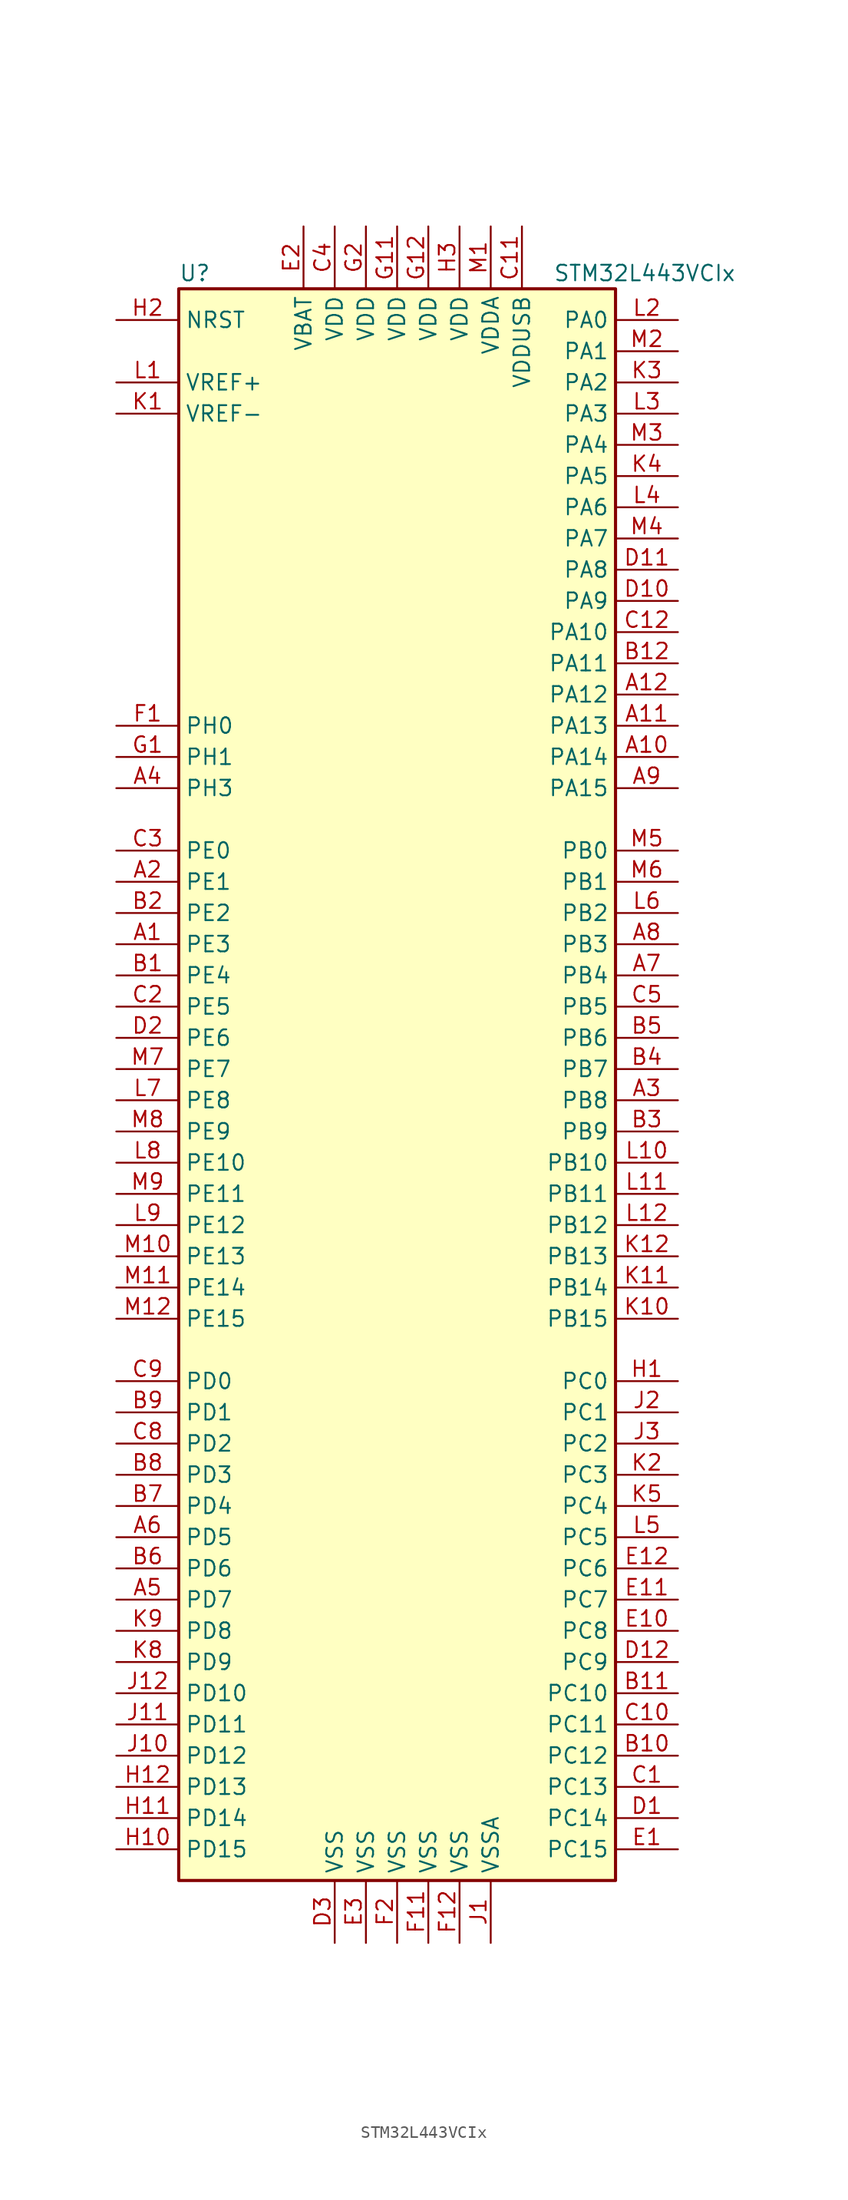
<source format=kicad_sym>
(kicad_symbol_lib
  (version 20201005)
  (generator kicad_symbol_editor)
  (symbol "STM32L443VCIx"
    (property "Reference" "U"
      (at -17.78 64.77 0)
      (effects (font (size 1.27 1.27)) (justify left)))
    (property "Value" "STM32L443VCIx"
      (at 12.7 64.77 0)
      (effects (font (size 1.27 1.27)) (justify left)))
    (symbol "STM32L443VCIx_0_1"
      (rectangle (start -17.78 -66.04) (end 17.78 63.5) (stroke (width 0.254)) (fill (type background))))
    (symbol "STM32L443VCIx_1_1"
      (pin bidirectional line (at -22.86 10.16 0) (length 5.08) (name "PE3" (effects (font (size 1.27 1.27)))) (number "A1" (effects (font (size 1.27 1.27)))))
      (pin bidirectional line (at 22.86 25.4 180) (length 5.08) (name "PA14" (effects (font (size 1.27 1.27)))) (number "A10" (effects (font (size 1.27 1.27)))))
      (pin bidirectional line (at 22.86 27.94 180) (length 5.08) (name "PA13" (effects (font (size 1.27 1.27)))) (number "A11" (effects (font (size 1.27 1.27)))))
      (pin bidirectional line (at 22.86 30.48 180) (length 5.08) (name "PA12" (effects (font (size 1.27 1.27)))) (number "A12" (effects (font (size 1.27 1.27)))))
      (pin bidirectional line (at -22.86 15.24 0) (length 5.08) (name "PE1" (effects (font (size 1.27 1.27)))) (number "A2" (effects (font (size 1.27 1.27)))))
      (pin bidirectional line (at 22.86 -2.54 180) (length 5.08) (name "PB8" (effects (font (size 1.27 1.27)))) (number "A3" (effects (font (size 1.27 1.27)))))
      (pin bidirectional line (at -22.86 22.86 0) (length 5.08) (name "PH3" (effects (font (size 1.27 1.27)))) (number "A4" (effects (font (size 1.27 1.27)))))
      (pin bidirectional line (at -22.86 -43.18 0) (length 5.08) (name "PD7" (effects (font (size 1.27 1.27)))) (number "A5" (effects (font (size 1.27 1.27)))))
      (pin bidirectional line (at -22.86 -38.1 0) (length 5.08) (name "PD5" (effects (font (size 1.27 1.27)))) (number "A6" (effects (font (size 1.27 1.27)))))
      (pin bidirectional line (at 22.86 7.62 180) (length 5.08) (name "PB4" (effects (font (size 1.27 1.27)))) (number "A7" (effects (font (size 1.27 1.27)))))
      (pin bidirectional line (at 22.86 10.16 180) (length 5.08) (name "PB3" (effects (font (size 1.27 1.27)))) (number "A8" (effects (font (size 1.27 1.27)))))
      (pin bidirectional line (at 22.86 22.86 180) (length 5.08) (name "PA15" (effects (font (size 1.27 1.27)))) (number "A9" (effects (font (size 1.27 1.27)))))
      (pin bidirectional line (at -22.86 7.62 0) (length 5.08) (name "PE4" (effects (font (size 1.27 1.27)))) (number "B1" (effects (font (size 1.27 1.27)))))
      (pin bidirectional line (at 22.86 -55.88 180) (length 5.08) (name "PC12" (effects (font (size 1.27 1.27)))) (number "B10" (effects (font (size 1.27 1.27)))))
      (pin bidirectional line (at 22.86 -50.8 180) (length 5.08) (name "PC10" (effects (font (size 1.27 1.27)))) (number "B11" (effects (font (size 1.27 1.27)))))
      (pin bidirectional line (at 22.86 33.02 180) (length 5.08) (name "PA11" (effects (font (size 1.27 1.27)))) (number "B12" (effects (font (size 1.27 1.27)))))
      (pin bidirectional line (at -22.86 12.7 0) (length 5.08) (name "PE2" (effects (font (size 1.27 1.27)))) (number "B2" (effects (font (size 1.27 1.27)))))
      (pin bidirectional line (at 22.86 -5.08 180) (length 5.08) (name "PB9" (effects (font (size 1.27 1.27)))) (number "B3" (effects (font (size 1.27 1.27)))))
      (pin bidirectional line (at 22.86 0 180) (length 5.08) (name "PB7" (effects (font (size 1.27 1.27)))) (number "B4" (effects (font (size 1.27 1.27)))))
      (pin bidirectional line (at 22.86 2.54 180) (length 5.08) (name "PB6" (effects (font (size 1.27 1.27)))) (number "B5" (effects (font (size 1.27 1.27)))))
      (pin bidirectional line (at -22.86 -40.64 0) (length 5.08) (name "PD6" (effects (font (size 1.27 1.27)))) (number "B6" (effects (font (size 1.27 1.27)))))
      (pin bidirectional line (at -22.86 -35.56 0) (length 5.08) (name "PD4" (effects (font (size 1.27 1.27)))) (number "B7" (effects (font (size 1.27 1.27)))))
      (pin bidirectional line (at -22.86 -33.02 0) (length 5.08) (name "PD3" (effects (font (size 1.27 1.27)))) (number "B8" (effects (font (size 1.27 1.27)))))
      (pin bidirectional line (at -22.86 -27.94 0) (length 5.08) (name "PD1" (effects (font (size 1.27 1.27)))) (number "B9" (effects (font (size 1.27 1.27)))))
      (pin bidirectional line (at 22.86 -58.42 180) (length 5.08) (name "PC13" (effects (font (size 1.27 1.27)))) (number "C1" (effects (font (size 1.27 1.27)))))
      (pin bidirectional line (at 22.86 -53.34 180) (length 5.08) (name "PC11" (effects (font (size 1.27 1.27)))) (number "C10" (effects (font (size 1.27 1.27)))))
      (pin power_in line (at 10.16 68.58 270) (length 5.08) (name "VDDUSB" (effects (font (size 1.27 1.27)))) (number "C11" (effects (font (size 1.27 1.27)))))
      (pin bidirectional line (at 22.86 35.56 180) (length 5.08) (name "PA10" (effects (font (size 1.27 1.27)))) (number "C12" (effects (font (size 1.27 1.27)))))
      (pin bidirectional line (at -22.86 5.08 0) (length 5.08) (name "PE5" (effects (font (size 1.27 1.27)))) (number "C2" (effects (font (size 1.27 1.27)))))
      (pin bidirectional line (at -22.86 17.78 0) (length 5.08) (name "PE0" (effects (font (size 1.27 1.27)))) (number "C3" (effects (font (size 1.27 1.27)))))
      (pin power_in line (at -5.08 68.58 270) (length 5.08) (name "VDD" (effects (font (size 1.27 1.27)))) (number "C4" (effects (font (size 1.27 1.27)))))
      (pin bidirectional line (at 22.86 5.08 180) (length 5.08) (name "PB5" (effects (font (size 1.27 1.27)))) (number "C5" (effects (font (size 1.27 1.27)))))
      (pin bidirectional line (at -22.86 -30.48 0) (length 5.08) (name "PD2" (effects (font (size 1.27 1.27)))) (number "C8" (effects (font (size 1.27 1.27)))))
      (pin bidirectional line (at -22.86 -25.4 0) (length 5.08) (name "PD0" (effects (font (size 1.27 1.27)))) (number "C9" (effects (font (size 1.27 1.27)))))
      (pin bidirectional line (at 22.86 -60.96 180) (length 5.08) (name "PC14" (effects (font (size 1.27 1.27)))) (number "D1" (effects (font (size 1.27 1.27)))))
      (pin bidirectional line (at 22.86 38.1 180) (length 5.08) (name "PA9" (effects (font (size 1.27 1.27)))) (number "D10" (effects (font (size 1.27 1.27)))))
      (pin bidirectional line (at 22.86 40.64 180) (length 5.08) (name "PA8" (effects (font (size 1.27 1.27)))) (number "D11" (effects (font (size 1.27 1.27)))))
      (pin bidirectional line (at 22.86 -48.26 180) (length 5.08) (name "PC9" (effects (font (size 1.27 1.27)))) (number "D12" (effects (font (size 1.27 1.27)))))
      (pin bidirectional line (at -22.86 2.54 0) (length 5.08) (name "PE6" (effects (font (size 1.27 1.27)))) (number "D2" (effects (font (size 1.27 1.27)))))
      (pin power_in line (at -5.08 -71.12 90) (length 5.08) (name "VSS" (effects (font (size 1.27 1.27)))) (number "D3" (effects (font (size 1.27 1.27)))))
      (pin bidirectional line (at 22.86 -63.5 180) (length 5.08) (name "PC15" (effects (font (size 1.27 1.27)))) (number "E1" (effects (font (size 1.27 1.27)))))
      (pin bidirectional line (at 22.86 -45.72 180) (length 5.08) (name "PC8" (effects (font (size 1.27 1.27)))) (number "E10" (effects (font (size 1.27 1.27)))))
      (pin bidirectional line (at 22.86 -43.18 180) (length 5.08) (name "PC7" (effects (font (size 1.27 1.27)))) (number "E11" (effects (font (size 1.27 1.27)))))
      (pin bidirectional line (at 22.86 -40.64 180) (length 5.08) (name "PC6" (effects (font (size 1.27 1.27)))) (number "E12" (effects (font (size 1.27 1.27)))))
      (pin power_in line (at -7.62 68.58 270) (length 5.08) (name "VBAT" (effects (font (size 1.27 1.27)))) (number "E2" (effects (font (size 1.27 1.27)))))
      (pin power_in line (at -2.54 -71.12 90) (length 5.08) (name "VSS" (effects (font (size 1.27 1.27)))) (number "E3" (effects (font (size 1.27 1.27)))))
      (pin input line (at -22.86 27.94 0) (length 5.08) (name "PH0" (effects (font (size 1.27 1.27)))) (number "F1" (effects (font (size 1.27 1.27)))))
      (pin power_in line (at 2.54 -71.12 90) (length 5.08) (name "VSS" (effects (font (size 1.27 1.27)))) (number "F11" (effects (font (size 1.27 1.27)))))
      (pin power_in line (at 5.08 -71.12 90) (length 5.08) (name "VSS" (effects (font (size 1.27 1.27)))) (number "F12" (effects (font (size 1.27 1.27)))))
      (pin power_in line (at 0 -71.12 90) (length 5.08) (name "VSS" (effects (font (size 1.27 1.27)))) (number "F2" (effects (font (size 1.27 1.27)))))
      (pin input line (at -22.86 25.4 0) (length 5.08) (name "PH1" (effects (font (size 1.27 1.27)))) (number "G1" (effects (font (size 1.27 1.27)))))
      (pin power_in line (at 0 68.58 270) (length 5.08) (name "VDD" (effects (font (size 1.27 1.27)))) (number "G11" (effects (font (size 1.27 1.27)))))
      (pin power_in line (at 2.54 68.58 270) (length 5.08) (name "VDD" (effects (font (size 1.27 1.27)))) (number "G12" (effects (font (size 1.27 1.27)))))
      (pin power_in line (at -2.54 68.58 270) (length 5.08) (name "VDD" (effects (font (size 1.27 1.27)))) (number "G2" (effects (font (size 1.27 1.27)))))
      (pin bidirectional line (at 22.86 -25.4 180) (length 5.08) (name "PC0" (effects (font (size 1.27 1.27)))) (number "H1" (effects (font (size 1.27 1.27)))))
      (pin bidirectional line (at -22.86 -63.5 0) (length 5.08) (name "PD15" (effects (font (size 1.27 1.27)))) (number "H10" (effects (font (size 1.27 1.27)))))
      (pin bidirectional line (at -22.86 -60.96 0) (length 5.08) (name "PD14" (effects (font (size 1.27 1.27)))) (number "H11" (effects (font (size 1.27 1.27)))))
      (pin bidirectional line (at -22.86 -58.42 0) (length 5.08) (name "PD13" (effects (font (size 1.27 1.27)))) (number "H12" (effects (font (size 1.27 1.27)))))
      (pin input line (at -22.86 60.96 0) (length 5.08) (name "NRST" (effects (font (size 1.27 1.27)))) (number "H2" (effects (font (size 1.27 1.27)))))
      (pin power_in line (at 5.08 68.58 270) (length 5.08) (name "VDD" (effects (font (size 1.27 1.27)))) (number "H3" (effects (font (size 1.27 1.27)))))
      (pin power_in line (at 7.62 -71.12 90) (length 5.08) (name "VSSA" (effects (font (size 1.27 1.27)))) (number "J1" (effects (font (size 1.27 1.27)))))
      (pin bidirectional line (at -22.86 -55.88 0) (length 5.08) (name "PD12" (effects (font (size 1.27 1.27)))) (number "J10" (effects (font (size 1.27 1.27)))))
      (pin bidirectional line (at -22.86 -53.34 0) (length 5.08) (name "PD11" (effects (font (size 1.27 1.27)))) (number "J11" (effects (font (size 1.27 1.27)))))
      (pin bidirectional line (at -22.86 -50.8 0) (length 5.08) (name "PD10" (effects (font (size 1.27 1.27)))) (number "J12" (effects (font (size 1.27 1.27)))))
      (pin bidirectional line (at 22.86 -27.94 180) (length 5.08) (name "PC1" (effects (font (size 1.27 1.27)))) (number "J2" (effects (font (size 1.27 1.27)))))
      (pin bidirectional line (at 22.86 -30.48 180) (length 5.08) (name "PC2" (effects (font (size 1.27 1.27)))) (number "J3" (effects (font (size 1.27 1.27)))))
      (pin power_in line (at -22.86 53.34 0) (length 5.08) (name "VREF-" (effects (font (size 1.27 1.27)))) (number "K1" (effects (font (size 1.27 1.27)))))
      (pin bidirectional line (at 22.86 -20.32 180) (length 5.08) (name "PB15" (effects (font (size 1.27 1.27)))) (number "K10" (effects (font (size 1.27 1.27)))))
      (pin bidirectional line (at 22.86 -17.78 180) (length 5.08) (name "PB14" (effects (font (size 1.27 1.27)))) (number "K11" (effects (font (size 1.27 1.27)))))
      (pin bidirectional line (at 22.86 -15.24 180) (length 5.08) (name "PB13" (effects (font (size 1.27 1.27)))) (number "K12" (effects (font (size 1.27 1.27)))))
      (pin bidirectional line (at 22.86 -33.02 180) (length 5.08) (name "PC3" (effects (font (size 1.27 1.27)))) (number "K2" (effects (font (size 1.27 1.27)))))
      (pin bidirectional line (at 22.86 55.88 180) (length 5.08) (name "PA2" (effects (font (size 1.27 1.27)))) (number "K3" (effects (font (size 1.27 1.27)))))
      (pin bidirectional line (at 22.86 48.26 180) (length 5.08) (name "PA5" (effects (font (size 1.27 1.27)))) (number "K4" (effects (font (size 1.27 1.27)))))
      (pin bidirectional line (at 22.86 -35.56 180) (length 5.08) (name "PC4" (effects (font (size 1.27 1.27)))) (number "K5" (effects (font (size 1.27 1.27)))))
      (pin bidirectional line (at -22.86 -48.26 0) (length 5.08) (name "PD9" (effects (font (size 1.27 1.27)))) (number "K8" (effects (font (size 1.27 1.27)))))
      (pin bidirectional line (at -22.86 -45.72 0) (length 5.08) (name "PD8" (effects (font (size 1.27 1.27)))) (number "K9" (effects (font (size 1.27 1.27)))))
      (pin bidirectional line (at -22.86 55.88 0) (length 5.08) (name "VREF+" (effects (font (size 1.27 1.27)))) (number "L1" (effects (font (size 1.27 1.27)))))
      (pin bidirectional line (at 22.86 -7.62 180) (length 5.08) (name "PB10" (effects (font (size 1.27 1.27)))) (number "L10" (effects (font (size 1.27 1.27)))))
      (pin bidirectional line (at 22.86 -10.16 180) (length 5.08) (name "PB11" (effects (font (size 1.27 1.27)))) (number "L11" (effects (font (size 1.27 1.27)))))
      (pin bidirectional line (at 22.86 -12.7 180) (length 5.08) (name "PB12" (effects (font (size 1.27 1.27)))) (number "L12" (effects (font (size 1.27 1.27)))))
      (pin bidirectional line (at 22.86 60.96 180) (length 5.08) (name "PA0" (effects (font (size 1.27 1.27)))) (number "L2" (effects (font (size 1.27 1.27)))))
      (pin bidirectional line (at 22.86 53.34 180) (length 5.08) (name "PA3" (effects (font (size 1.27 1.27)))) (number "L3" (effects (font (size 1.27 1.27)))))
      (pin bidirectional line (at 22.86 45.72 180) (length 5.08) (name "PA6" (effects (font (size 1.27 1.27)))) (number "L4" (effects (font (size 1.27 1.27)))))
      (pin bidirectional line (at 22.86 -38.1 180) (length 5.08) (name "PC5" (effects (font (size 1.27 1.27)))) (number "L5" (effects (font (size 1.27 1.27)))))
      (pin bidirectional line (at 22.86 12.7 180) (length 5.08) (name "PB2" (effects (font (size 1.27 1.27)))) (number "L6" (effects (font (size 1.27 1.27)))))
      (pin bidirectional line (at -22.86 -2.54 0) (length 5.08) (name "PE8" (effects (font (size 1.27 1.27)))) (number "L7" (effects (font (size 1.27 1.27)))))
      (pin bidirectional line (at -22.86 -7.62 0) (length 5.08) (name "PE10" (effects (font (size 1.27 1.27)))) (number "L8" (effects (font (size 1.27 1.27)))))
      (pin bidirectional line (at -22.86 -12.7 0) (length 5.08) (name "PE12" (effects (font (size 1.27 1.27)))) (number "L9" (effects (font (size 1.27 1.27)))))
      (pin power_in line (at 7.62 68.58 270) (length 5.08) (name "VDDA" (effects (font (size 1.27 1.27)))) (number "M1" (effects (font (size 1.27 1.27)))))
      (pin bidirectional line (at -22.86 -15.24 0) (length 5.08) (name "PE13" (effects (font (size 1.27 1.27)))) (number "M10" (effects (font (size 1.27 1.27)))))
      (pin bidirectional line (at -22.86 -17.78 0) (length 5.08) (name "PE14" (effects (font (size 1.27 1.27)))) (number "M11" (effects (font (size 1.27 1.27)))))
      (pin bidirectional line (at -22.86 -20.32 0) (length 5.08) (name "PE15" (effects (font (size 1.27 1.27)))) (number "M12" (effects (font (size 1.27 1.27)))))
      (pin bidirectional line (at 22.86 58.42 180) (length 5.08) (name "PA1" (effects (font (size 1.27 1.27)))) (number "M2" (effects (font (size 1.27 1.27)))))
      (pin bidirectional line (at 22.86 50.8 180) (length 5.08) (name "PA4" (effects (font (size 1.27 1.27)))) (number "M3" (effects (font (size 1.27 1.27)))))
      (pin bidirectional line (at 22.86 43.18 180) (length 5.08) (name "PA7" (effects (font (size 1.27 1.27)))) (number "M4" (effects (font (size 1.27 1.27)))))
      (pin bidirectional line (at 22.86 17.78 180) (length 5.08) (name "PB0" (effects (font (size 1.27 1.27)))) (number "M5" (effects (font (size 1.27 1.27)))))
      (pin bidirectional line (at 22.86 15.24 180) (length 5.08) (name "PB1" (effects (font (size 1.27 1.27)))) (number "M6" (effects (font (size 1.27 1.27)))))
      (pin bidirectional line (at -22.86 0 0) (length 5.08) (name "PE7" (effects (font (size 1.27 1.27)))) (number "M7" (effects (font (size 1.27 1.27)))))
      (pin bidirectional line (at -22.86 -5.08 0) (length 5.08) (name "PE9" (effects (font (size 1.27 1.27)))) (number "M8" (effects (font (size 1.27 1.27)))))
      (pin bidirectional line (at -22.86 -10.16 0) (length 5.08) (name "PE11" (effects (font (size 1.27 1.27)))) (number "M9" (effects (font (size 1.27 1.27))))))))
</source>
